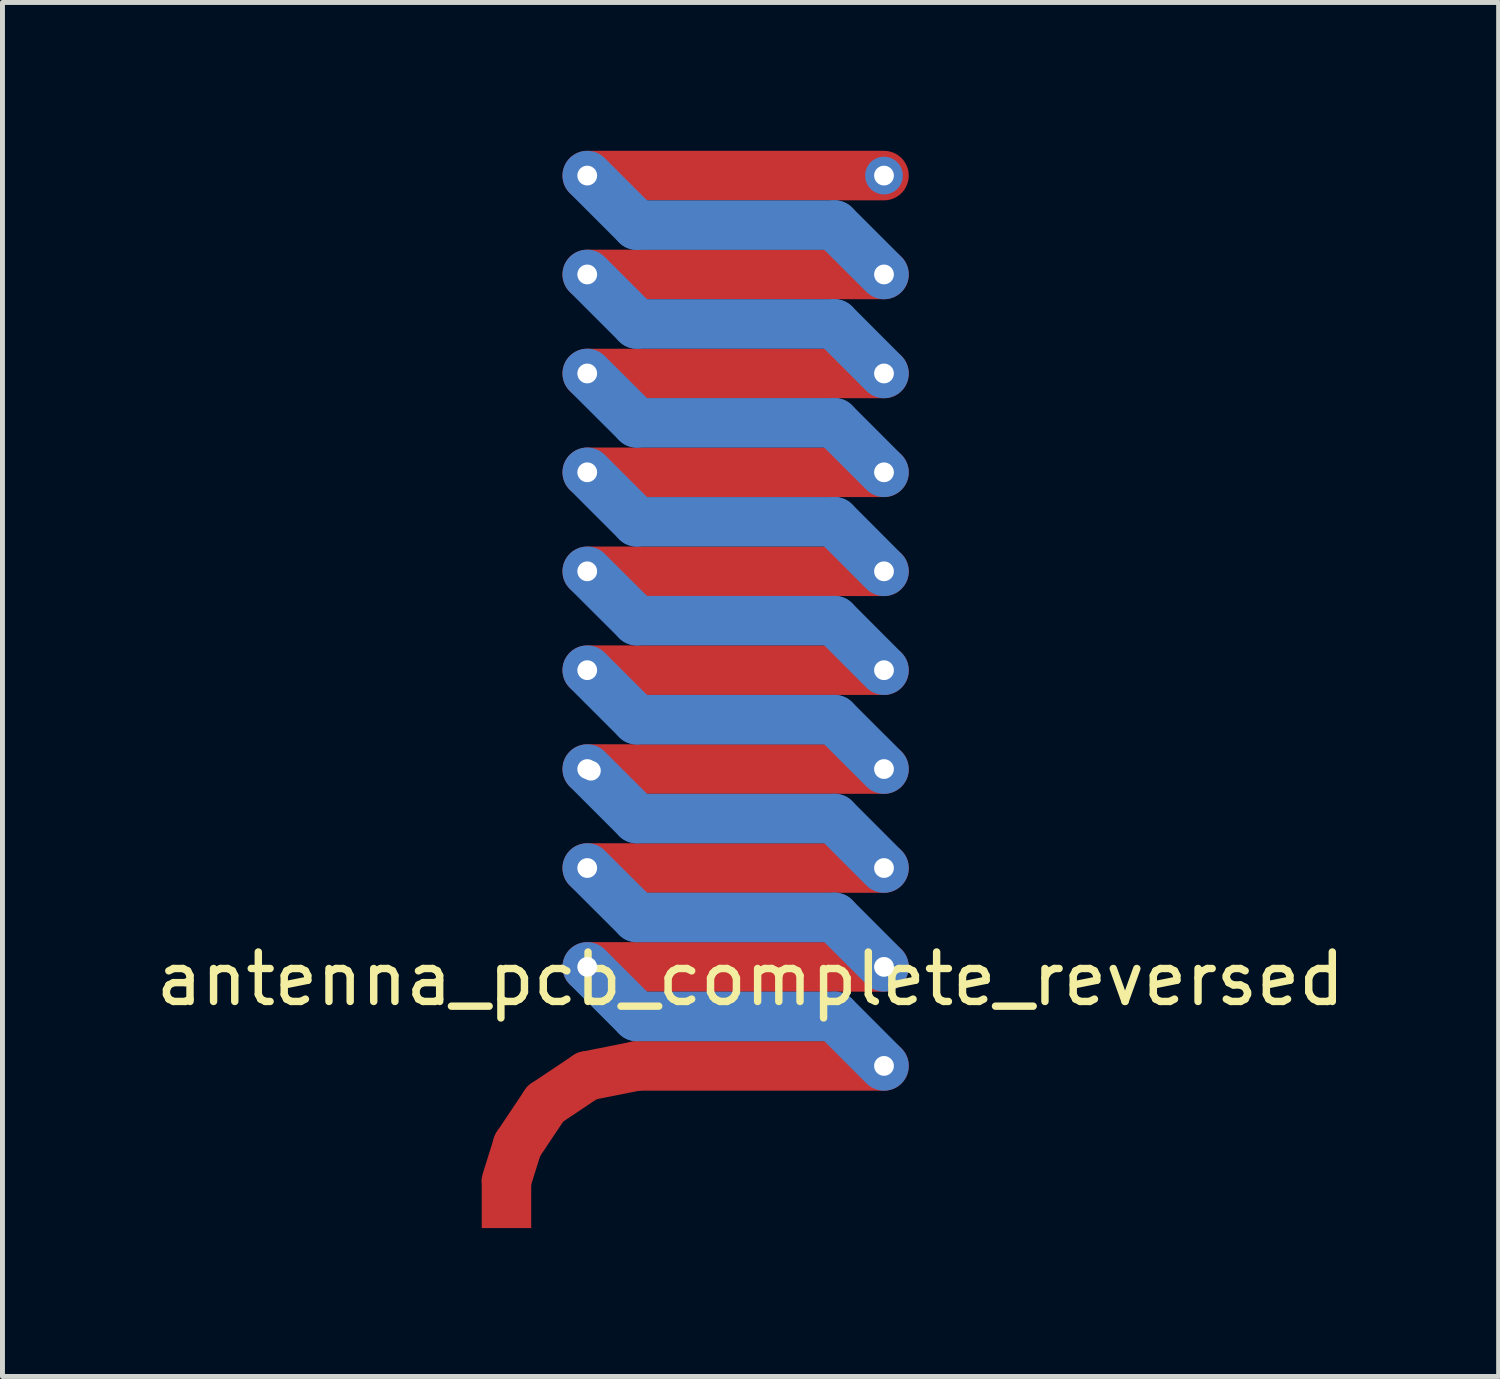
<source format=kicad_pcb>
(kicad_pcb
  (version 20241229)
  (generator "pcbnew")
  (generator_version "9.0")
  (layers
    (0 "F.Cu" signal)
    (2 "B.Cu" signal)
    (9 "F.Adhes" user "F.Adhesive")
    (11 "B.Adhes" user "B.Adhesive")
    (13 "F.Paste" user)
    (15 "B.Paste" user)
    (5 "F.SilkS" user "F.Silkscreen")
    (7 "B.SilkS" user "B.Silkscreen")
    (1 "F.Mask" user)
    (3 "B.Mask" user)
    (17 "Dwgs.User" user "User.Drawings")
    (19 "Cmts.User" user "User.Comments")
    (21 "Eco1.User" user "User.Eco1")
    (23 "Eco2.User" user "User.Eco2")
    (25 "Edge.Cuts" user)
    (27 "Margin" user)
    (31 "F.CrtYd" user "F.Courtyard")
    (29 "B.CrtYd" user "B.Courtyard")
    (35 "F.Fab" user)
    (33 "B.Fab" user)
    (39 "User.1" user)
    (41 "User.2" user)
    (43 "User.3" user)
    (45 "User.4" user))
  (footprint "antenna_pcb_complete_reversed"
    (layer "F.Cu")
    (at 7.19 21.28)
    (property "Reference" "antenna_pcb_complete_reversed" (at 4.935 -4.537 0) (layer "F.SilkS") (effects (font (size 1 1) (thickness 0.15))))
    (attr through_hole)
    (fp_line (start 0.225 -1.175) (end 0 -0.457) (stroke (width 1.001) (type solid)) (layer "F.Cu"))
    (fp_line (start 0.511 -2.294) (end 1.069 -1.735) (stroke (width 0.201) (type solid)) (layer "F.Cu"))
    (fp_line (start 0.787 -2.015) (end 0.225 -1.175) (stroke (width 1.001) (type solid)) (layer "F.Cu"))
    (fp_line (start 1.627 -2.577) (end 0.787 -2.015) (stroke (width 1.001) (type solid)) (layer "F.Cu"))
    (fp_line (start 1.633 -18.781) (end 7.633 -18.781) (stroke (width 1.001) (type solid)) (layer "F.Cu"))
    (fp_line (start 1.633 -16.779) (end 7.633 -16.779) (stroke (width 1.001) (type solid)) (layer "F.Cu"))
    (fp_line (start 1.633 -12.779) (end 7.633 -12.779) (stroke (width 1.001) (type solid)) (layer "F.Cu"))
    (fp_line (start 1.633 -8.781) (end 7.633 -8.781) (stroke (width 1.001) (type solid)) (layer "F.Cu"))
    (fp_line (start 1.633 -4.781) (end 7.633 -4.781) (stroke (width 1.001) (type solid)) (layer "F.Cu"))
    (fp_line (start 2.619 -2.774) (end 1.627 -2.577) (stroke (width 1.001) (type solid)) (layer "F.Cu"))
    (fp_line (start 7.633 -20.78) (end 1.633 -20.78) (stroke (width 1.001) (type solid)) (layer "F.Cu"))
    (fp_line (start 7.633 -14.781) (end 1.633 -14.781) (stroke (width 1.001) (type solid)) (layer "F.Cu"))
    (fp_line (start 7.633 -10.78) (end 1.633 -10.78) (stroke (width 1.001) (type solid)) (layer "F.Cu"))
    (fp_line (start 7.633 -6.78) (end 1.633 -6.78) (stroke (width 1.001) (type solid)) (layer "F.Cu"))
    (fp_line (start 7.633 -2.779) (end 2.634 -2.779) (stroke (width 1.001) (type solid)) (layer "F.Cu"))
    (fp_line (start 1.633 -20.78) (end 1.633 -20.78) (stroke (width 0.864) (type solid)) (layer "F.Mask"))
    (fp_line (start 1.633 -18.781) (end 1.633 -18.781) (stroke (width 0.864) (type solid)) (layer "F.Mask"))
    (fp_line (start 1.633 -16.779) (end 1.633 -16.779) (stroke (width 0.864) (type solid)) (layer "F.Mask"))
    (fp_line (start 1.633 -14.781) (end 1.633 -14.781) (stroke (width 0.864) (type solid)) (layer "F.Mask"))
    (fp_line (start 1.633 -12.779) (end 1.633 -12.779) (stroke (width 0.864) (type solid)) (layer "F.Mask"))
    (fp_line (start 1.633 -10.78) (end 1.633 -10.78) (stroke (width 0.864) (type solid)) (layer "F.Mask"))
    (fp_line (start 1.633 -8.781) (end 1.633 -8.781) (stroke (width 0.864) (type solid)) (layer "F.Mask"))
    (fp_line (start 1.633 -6.78) (end 1.633 -6.78) (stroke (width 0.864) (type solid)) (layer "F.Mask"))
    (fp_line (start 1.633 -4.781) (end 1.633 -4.781) (stroke (width 0.864) (type solid)) (layer "F.Mask"))
    (fp_line (start 1.707 -8.748) (end 1.707 -8.748) (stroke (width 0.864) (type solid)) (layer "F.Mask"))
    (fp_line (start 7.633 -20.78) (end 7.633 -20.78) (stroke (width 0.864) (type solid)) (layer "F.Mask"))
    (fp_line (start 7.633 -18.781) (end 7.633 -18.781) (stroke (width 0.864) (type solid)) (layer "F.Mask"))
    (fp_line (start 7.633 -16.779) (end 7.633 -16.779) (stroke (width 0.864) (type solid)) (layer "F.Mask"))
    (fp_line (start 7.633 -14.781) (end 7.633 -14.781) (stroke (width 0.864) (type solid)) (layer "F.Mask"))
    (fp_line (start 7.633 -12.779) (end 7.633 -12.779) (stroke (width 0.864) (type solid)) (layer "F.Mask"))
    (fp_line (start 7.633 -10.78) (end 7.633 -10.78) (stroke (width 0.864) (type solid)) (layer "F.Mask"))
    (fp_line (start 7.633 -8.781) (end 7.633 -8.781) (stroke (width 0.864) (type solid)) (layer "F.Mask"))
    (fp_line (start 7.633 -6.78) (end 7.633 -6.78) (stroke (width 0.864) (type solid)) (layer "F.Mask"))
    (fp_line (start 7.633 -4.781) (end 7.633 -4.781) (stroke (width 0.864) (type solid)) (layer "F.Mask"))
    (fp_line (start 7.633 -2.779) (end 7.633 -2.779) (stroke (width 0.864) (type solid)) (layer "F.Mask"))
    (fp_line (start 1.633 -10.78) (end 2.634 -9.779) (stroke (width 1.001) (type solid)) (layer "B.Cu"))
    (fp_line (start 1.633 -8.781) (end 2.634 -7.78) (stroke (width 1.001) (type solid)) (layer "B.Cu"))
    (fp_line (start 1.633 -6.78) (end 2.634 -5.781) (stroke (width 1.001) (type solid)) (layer "B.Cu"))
    (fp_line (start 1.633 -4.781) (end 2.634 -3.78) (stroke (width 1.001) (type solid)) (layer "B.Cu"))
    (fp_line (start 2.634 -19.779) (end 1.633 -20.78) (stroke (width 1.001) (type solid)) (layer "B.Cu"))
    (fp_line (start 2.634 -19.779) (end 6.634 -19.779) (stroke (width 1.001) (type solid)) (layer "B.Cu"))
    (fp_line (start 2.634 -17.78) (end 1.633 -18.781) (stroke (width 1.001) (type solid)) (layer "B.Cu"))
    (fp_line (start 2.634 -15.781) (end 1.633 -16.779) (stroke (width 1.001) (type solid)) (layer "B.Cu"))
    (fp_line (start 2.634 -13.78) (end 1.633 -14.781) (stroke (width 1.001) (type solid)) (layer "B.Cu"))
    (fp_line (start 2.634 -13.78) (end 6.634 -13.78) (stroke (width 1.001) (type solid)) (layer "B.Cu"))
    (fp_line (start 2.634 -11.781) (end 1.633 -12.779) (stroke (width 1.001) (type solid)) (layer "B.Cu"))
    (fp_line (start 2.634 -9.779) (end 6.634 -9.779) (stroke (width 1.001) (type solid)) (layer "B.Cu"))
    (fp_line (start 2.634 -5.781) (end 6.634 -5.781) (stroke (width 1.001) (type solid)) (layer "B.Cu"))
    (fp_line (start 2.634 -3.78) (end 6.634 -3.78) (stroke (width 1.001) (type solid)) (layer "B.Cu"))
    (fp_line (start 6.634 -19.779) (end 7.633 -18.781) (stroke (width 1.001) (type solid)) (layer "B.Cu"))
    (fp_line (start 6.634 -17.78) (end 2.634 -17.78) (stroke (width 1.001) (type solid)) (layer "B.Cu"))
    (fp_line (start 6.634 -17.78) (end 7.633 -16.779) (stroke (width 1.001) (type solid)) (layer "B.Cu"))
    (fp_line (start 6.634 -15.781) (end 2.634 -15.781) (stroke (width 1.001) (type solid)) (layer "B.Cu"))
    (fp_line (start 6.634 -13.78) (end 7.633 -12.779) (stroke (width 1.001) (type solid)) (layer "B.Cu"))
    (fp_line (start 6.634 -11.781) (end 2.634 -11.781) (stroke (width 1.001) (type solid)) (layer "B.Cu"))
    (fp_line (start 6.634 -9.779) (end 7.633 -8.781) (stroke (width 1.001) (type solid)) (layer "B.Cu"))
    (fp_line (start 6.634 -7.78) (end 2.634 -7.78) (stroke (width 1.001) (type solid)) (layer "B.Cu"))
    (fp_line (start 6.634 -5.781) (end 7.633 -4.781) (stroke (width 1.001) (type solid)) (layer "B.Cu"))
    (fp_line (start 6.634 -3.78) (end 7.633 -2.779) (stroke (width 1.001) (type solid)) (layer "B.Cu"))
    (fp_line (start 7.633 -14.781) (end 6.634 -15.781) (stroke (width 1.001) (type solid)) (layer "B.Cu"))
    (fp_line (start 7.633 -10.78) (end 6.634 -11.781) (stroke (width 1.001) (type solid)) (layer "B.Cu"))
    (fp_line (start 7.633 -6.78) (end 6.634 -7.78) (stroke (width 1.001) (type solid)) (layer "B.Cu"))
    (fp_line (start 1.633 -20.78) (end 1.633 -20.78) (stroke (width 0.864) (type solid)) (layer "B.Mask"))
    (fp_line (start 1.633 -18.781) (end 1.633 -18.781) (stroke (width 0.864) (type solid)) (layer "B.Mask"))
    (fp_line (start 1.633 -16.779) (end 1.633 -16.779) (stroke (width 0.864) (type solid)) (layer "B.Mask"))
    (fp_line (start 1.633 -14.781) (end 1.633 -14.781) (stroke (width 0.864) (type solid)) (layer "B.Mask"))
    (fp_line (start 1.633 -12.779) (end 1.633 -12.779) (stroke (width 0.864) (type solid)) (layer "B.Mask"))
    (fp_line (start 1.633 -10.78) (end 1.633 -10.78) (stroke (width 0.864) (type solid)) (layer "B.Mask"))
    (fp_line (start 1.633 -8.781) (end 1.633 -8.781) (stroke (width 0.864) (type solid)) (layer "B.Mask"))
    (fp_line (start 1.633 -6.78) (end 1.633 -6.78) (stroke (width 0.864) (type solid)) (layer "B.Mask"))
    (fp_line (start 1.633 -4.781) (end 1.633 -4.781) (stroke (width 0.864) (type solid)) (layer "B.Mask"))
    (fp_line (start 1.707 -8.748) (end 1.707 -8.748) (stroke (width 0.864) (type solid)) (layer "B.Mask"))
    (fp_line (start 7.633 -20.78) (end 7.633 -20.78) (stroke (width 0.864) (type solid)) (layer "B.Mask"))
    (fp_line (start 7.633 -18.781) (end 7.633 -18.781) (stroke (width 0.864) (type solid)) (layer "B.Mask"))
    (fp_line (start 7.633 -16.779) (end 7.633 -16.779) (stroke (width 0.864) (type solid)) (layer "B.Mask"))
    (fp_line (start 7.633 -14.781) (end 7.633 -14.781) (stroke (width 0.864) (type solid)) (layer "B.Mask"))
    (fp_line (start 7.633 -12.779) (end 7.633 -12.779) (stroke (width 0.864) (type solid)) (layer "B.Mask"))
    (fp_line (start 7.633 -10.78) (end 7.633 -10.78) (stroke (width 0.864) (type solid)) (layer "B.Mask"))
    (fp_line (start 7.633 -8.781) (end 7.633 -8.781) (stroke (width 0.864) (type solid)) (layer "B.Mask"))
    (fp_line (start 7.633 -6.78) (end 7.633 -6.78) (stroke (width 0.864) (type solid)) (layer "B.Mask"))
    (fp_line (start 7.633 -4.781) (end 7.633 -4.781) (stroke (width 0.864) (type solid)) (layer "B.Mask"))
    (fp_line (start 7.633 -2.779) (end 7.633 -2.779) (stroke (width 0.864) (type solid)) (layer "B.Mask"))
    (pad "" thru_hole circle (at 1.633 -20.78) (size 0.762 0.762) (drill 0.4) (layers "*.Cu"))
    (pad "" thru_hole circle (at 1.633 -18.781) (size 0.762 0.762) (drill 0.4) (layers "*.Cu"))
    (pad "" thru_hole circle (at 1.633 -16.779) (size 0.762 0.762) (drill 0.4) (layers "*.Cu"))
    (pad "" thru_hole circle (at 1.633 -14.781) (size 0.762 0.762) (drill 0.4) (layers "*.Cu"))
    (pad "" thru_hole circle (at 1.633 -12.779) (size 0.762 0.762) (drill 0.4) (layers "*.Cu"))
    (pad "" thru_hole circle (at 1.633 -10.78) (size 0.762 0.762) (drill 0.4) (layers "*.Cu"))
    (pad "" thru_hole circle (at 1.633 -8.781) (size 0.762 0.762) (drill 0.4) (layers "*.Cu"))
    (pad "" thru_hole circle (at 1.633 -6.78) (size 0.762 0.762) (drill 0.4) (layers "*.Cu"))
    (pad "" thru_hole circle (at 1.633 -4.781) (size 0.762 0.762) (drill 0.4) (layers "*.Cu"))
    (pad "" thru_hole circle (at 1.707 -8.748) (size 0.762 0.762) (drill 0.4) (layers "*.Cu"))
    (pad "" thru_hole circle (at 7.633 -20.78) (size 0.762 0.762) (drill 0.4) (layers "*.Cu"))
    (pad "" thru_hole circle (at 7.633 -18.781) (size 0.762 0.762) (drill 0.4) (layers "*.Cu"))
    (pad "" thru_hole circle (at 7.633 -16.779) (size 0.762 0.762) (drill 0.4) (layers "*.Cu"))
    (pad "" thru_hole circle (at 7.633 -14.781) (size 0.762 0.762) (drill 0.4) (layers "*.Cu"))
    (pad "" thru_hole circle (at 7.633 -12.779) (size 0.762 0.762) (drill 0.4) (layers "*.Cu"))
    (pad "" thru_hole circle (at 7.633 -10.78) (size 0.762 0.762) (drill 0.4) (layers "*.Cu"))
    (pad "" thru_hole circle (at 7.633 -8.781) (size 0.762 0.762) (drill 0.4) (layers "*.Cu"))
    (pad "" thru_hole circle (at 7.633 -6.78) (size 0.762 0.762) (drill 0.4) (layers "*.Cu"))
    (pad "" thru_hole circle (at 7.633 -4.781) (size 0.762 0.762) (drill 0.4) (layers "*.Cu"))
    (pad "" thru_hole circle (at 7.633 -2.779) (size 0.762 0.762) (drill 0.4) (layers "*.Cu"))
    (pad "1" smd rect (at 0 0) (size 1 1) (layers "F.Cu")))
  (gr_rect
    (start -3 -3)
    (end 27.25 24.78)
    (stroke (width 0.1) (type default))
    (fill no)
    (layer "Edge.Cuts")))
</source>
